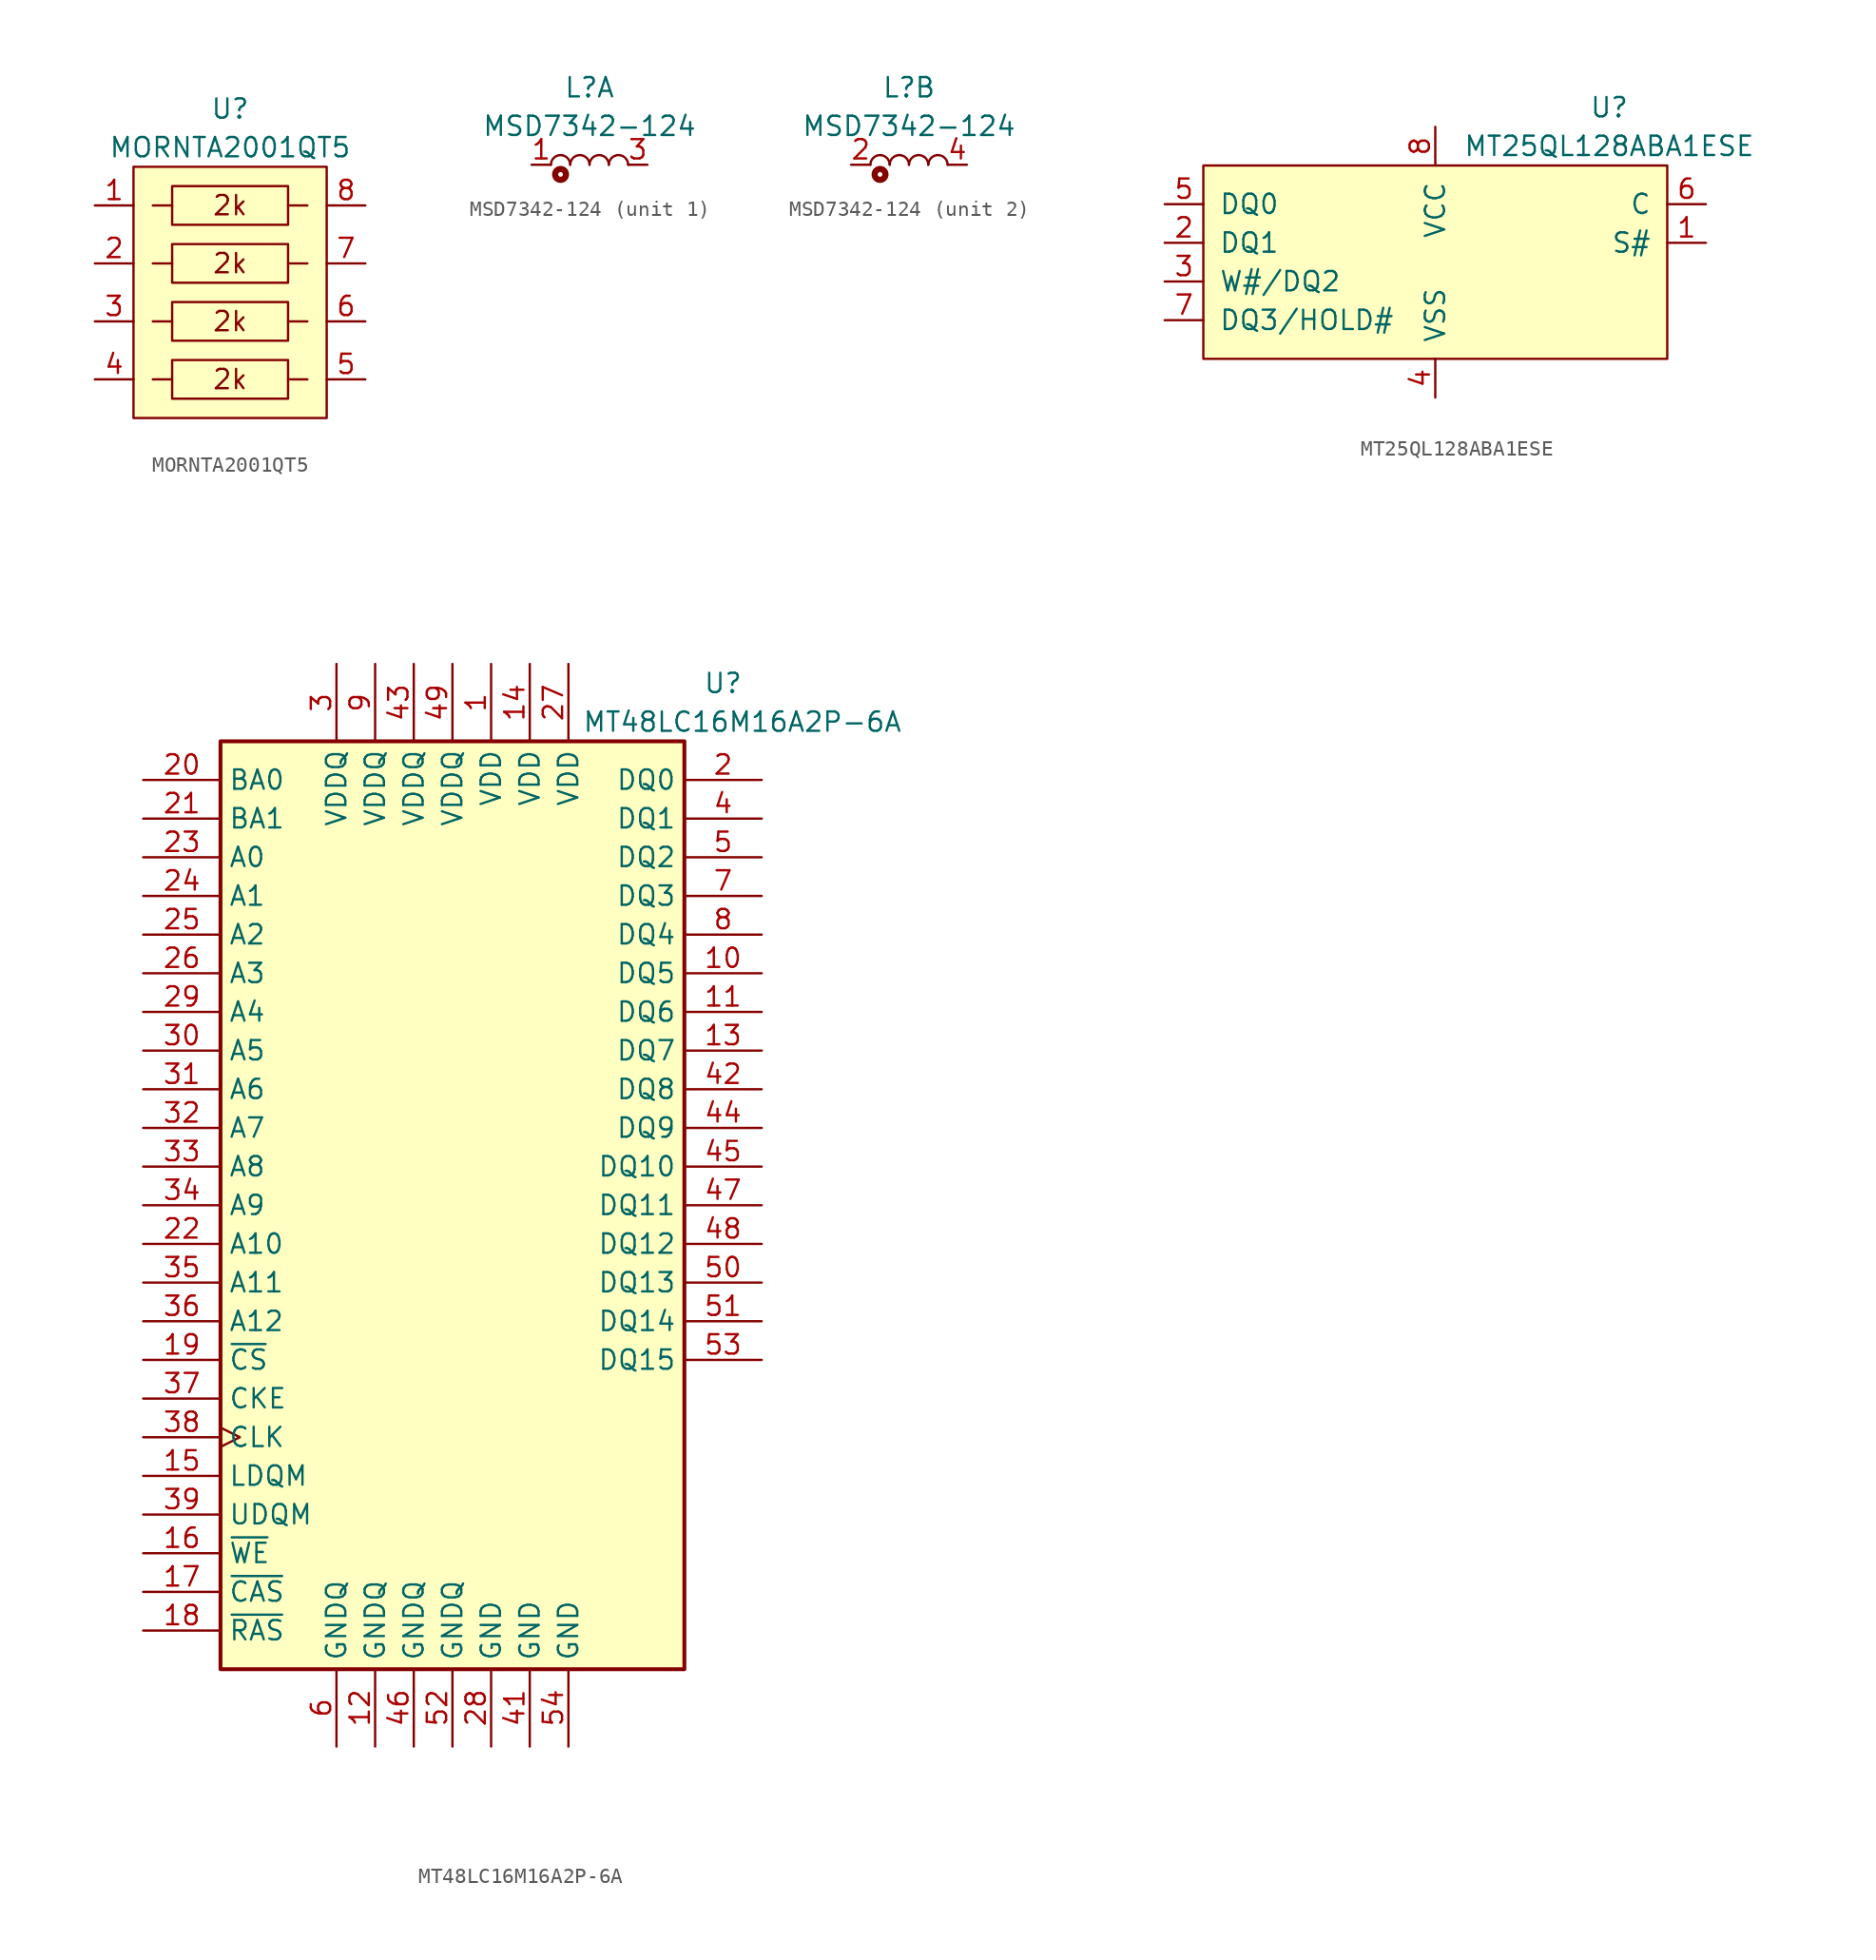
<source format=kicad_sym>
(kicad_symbol_lib
  (version 20211014)
  (generator kicad_symbol_editor)
  (symbol "MORNTA2001QT5"
    (pin_names
      (offset 1.016))
    (property "Reference" "U"
      (at 0 11.43 0)
      (effects (font (size 1.27 1.27))))
    (property "Value" "MORNTA2001QT5"
      (at 0 8.89 0)
      (effects (font (size 1.27 1.27))))
    (symbol "MORNTA2001QT5_0_0"
      (polyline (pts (xy -3.81 -6.35) (xy -5.08 -6.35)) (stroke (width 0) (type default) (color 0 0 0 0)) (fill (type none)))
      (polyline (pts (xy -3.81 -2.54) (xy -5.08 -2.54)) (stroke (width 0) (type default) (color 0 0 0 0)) (fill (type none)))
      (polyline (pts (xy -3.81 1.27) (xy -5.08 1.27)) (stroke (width 0) (type default) (color 0 0 0 0)) (fill (type none)))
      (polyline (pts (xy -3.81 5.08) (xy -5.08 5.08)) (stroke (width 0) (type default) (color 0 0 0 0)) (fill (type none)))
      (polyline (pts (xy 3.81 -6.35) (xy 5.08 -6.35)) (stroke (width 0) (type default) (color 0 0 0 0)) (fill (type none)))
      (polyline (pts (xy 3.81 -2.54) (xy 5.08 -2.54)) (stroke (width 0) (type default) (color 0 0 0 0)) (fill (type none)))
      (polyline (pts (xy 3.81 1.27) (xy 5.08 1.27)) (stroke (width 0) (type default) (color 0 0 0 0)) (fill (type none)))
      (polyline (pts (xy 3.81 5.08) (xy 5.08 5.08)) (stroke (width 0) (type default) (color 0 0 0 0)) (fill (type none)))
      (text "2k" (at 0 -6.35 0) (effects (font (size 1.27 1.27)))))
    (symbol "MORNTA2001QT5_0_1"
      (rectangle (start -6.35 7.62) (end 6.35 -8.89) (stroke (width 0) (type default) (color 0 0 0 0)) (fill (type background)))
      (rectangle (start -3.81 -5.08) (end 3.81 -7.62) (stroke (width 0) (type default) (color 0 0 0 0)) (fill (type none))))
    (symbol "MORNTA2001QT5_1_1"
      (rectangle (start -3.81 -1.27) (end 3.81 -3.81) (stroke (width 0) (type default) (color 0 0 0 0)) (fill (type none)))
      (rectangle (start -3.81 2.54) (end 3.81 0) (stroke (width 0) (type default) (color 0 0 0 0)) (fill (type none)))
      (rectangle (start -3.81 6.35) (end 3.81 3.81) (stroke (width 0) (type default) (color 0 0 0 0)) (fill (type none)))
      (text "2k" (at 0 -2.54 0) (effects (font (size 1.27 1.27))))
      (text "2k" (at 0 1.27 0) (effects (font (size 1.27 1.27))))
      (text "2k" (at 0 5.08 0) (effects (font (size 1.27 1.27))))
      (pin passive line (at -8.89 5.08 0) (length 2.54) (name "~" (effects (font (size 1.27 1.27)))) (number "1" (effects (font (size 1.27 1.27)))))
      (pin passive line (at -8.89 1.27 0) (length 2.54) (name "~" (effects (font (size 1.27 1.27)))) (number "2" (effects (font (size 1.27 1.27)))))
      (pin passive line (at -8.89 -2.54 0) (length 2.54) (name "~" (effects (font (size 1.27 1.27)))) (number "3" (effects (font (size 1.27 1.27)))))
      (pin passive line (at -8.89 -6.35 0) (length 2.54) (name "~" (effects (font (size 1.27 1.27)))) (number "4" (effects (font (size 1.27 1.27)))))
      (pin passive line (at 8.89 -6.35 180) (length 2.54) (name "~" (effects (font (size 1.27 1.27)))) (number "5" (effects (font (size 1.27 1.27)))))
      (pin passive line (at 8.89 -2.54 180) (length 2.54) (name "~" (effects (font (size 1.27 1.27)))) (number "6" (effects (font (size 1.27 1.27)))))
      (pin passive line (at 8.89 1.27 180) (length 2.54) (name "~" (effects (font (size 1.27 1.27)))) (number "7" (effects (font (size 1.27 1.27)))))
      (pin passive line (at 8.89 5.08 180) (length 2.54) (name "~" (effects (font (size 1.27 1.27)))) (number "8" (effects (font (size 1.27 1.27)))))))
  (symbol "MSD7342-124"
    (pin_names
      (offset 1.016))
    (property "Reference" "L"
      (at 0 5.08 0)
      (effects (font (size 1.27 1.27))))
    (property "Value" "MSD7342-124"
      (at 0 2.54 0)
      (effects (font (size 1.27 1.27))))
    (symbol "MSD7342-124_0_1"
      (circle (center -1.905 -0.635) (radius 0.356) (stroke (width 0.406) (type default) (color 0 0 0 0)) (fill (type none))))
    (symbol "MSD7342-124_1_1"
      (arc (start -1.27 0) (mid -1.905 0.635) (end -2.54 0) (stroke (width 0) (type default) (color 0 0 0 0)) (fill (type none)))
      (arc (start 0 0) (mid -0.635 0.635) (end -1.27 0) (stroke (width 0) (type default) (color 0 0 0 0)) (fill (type none)))
      (arc (start 1.27 0) (mid 0.635 0.635) (end 0 0) (stroke (width 0) (type default) (color 0 0 0 0)) (fill (type none)))
      (arc (start 2.54 0) (mid 1.905 0.635) (end 1.27 0) (stroke (width 0) (type default) (color 0 0 0 0)) (fill (type none)))
      (pin passive line (at -3.81 0 0) (length 1.27) (name "~" (effects (font (size 1.27 1.27)))) (number "1" (effects (font (size 1.27 1.27)))))
      (pin passive line (at 3.81 0 180) (length 1.27) (name "~" (effects (font (size 1.27 1.27)))) (number "3" (effects (font (size 1.27 1.27))))))
    (symbol "MSD7342-124_2_1"
      (arc (start -1.27 0) (mid -1.905 0.635) (end -2.54 0) (stroke (width 0) (type default) (color 0 0 0 0)) (fill (type none)))
      (arc (start 0 0) (mid -0.635 0.635) (end -1.27 0) (stroke (width 0) (type default) (color 0 0 0 0)) (fill (type none)))
      (arc (start 1.27 0) (mid 0.635 0.635) (end 0 0) (stroke (width 0) (type default) (color 0 0 0 0)) (fill (type none)))
      (arc (start 2.54 0) (mid 1.905 0.635) (end 1.27 0) (stroke (width 0) (type default) (color 0 0 0 0)) (fill (type none)))
      (pin passive line (at -3.81 0 0) (length 1.27) (name "~" (effects (font (size 1.27 1.27)))) (number "2" (effects (font (size 1.27 1.27)))))
      (pin passive line (at 3.81 0 180) (length 1.27) (name "~" (effects (font (size 1.27 1.27)))) (number "4" (effects (font (size 1.27 1.27)))))))
  (symbol "MT25QL128ABA1ESE"
    (pin_names
      (offset 1.016))
    (property "Reference" "U"
      (at 11.43 10.16 0)
      (effects (font (size 1.27 1.27))))
    (property "Value" "MT25QL128ABA1ESE"
      (at 11.43 7.62 0)
      (effects (font (size 1.27 1.27))))
    (symbol "MT25QL128ABA1ESE_0_1"
      (rectangle (start -15.24 6.35) (end 15.24 -6.35) (stroke (width 0) (type default) (color 0 0 0 0)) (fill (type background))))
    (symbol "MT25QL128ABA1ESE_1_1"
      (pin bidirectional line (at 17.78 1.27 180) (length 2.54) (name "S#" (effects (font (size 1.27 1.27)))) (number "1" (effects (font (size 1.27 1.27)))))
      (pin bidirectional line (at -17.78 1.27 0) (length 2.54) (name "DQ1" (effects (font (size 1.27 1.27)))) (number "2" (effects (font (size 1.27 1.27)))))
      (pin bidirectional line (at -17.78 -1.27 0) (length 2.54) (name "W#/DQ2" (effects (font (size 1.27 1.27)))) (number "3" (effects (font (size 1.27 1.27)))))
      (pin passive line (at 0 -8.89 90) (length 2.54) (name "VSS" (effects (font (size 1.27 1.27)))) (number "4" (effects (font (size 1.27 1.27)))))
      (pin bidirectional line (at -17.78 3.81 0) (length 2.54) (name "DQ0" (effects (font (size 1.27 1.27)))) (number "5" (effects (font (size 1.27 1.27)))))
      (pin bidirectional line (at 17.78 3.81 180) (length 2.54) (name "C" (effects (font (size 1.27 1.27)))) (number "6" (effects (font (size 1.27 1.27)))))
      (pin bidirectional line (at -17.78 -3.81 0) (length 2.54) (name "DQ3/HOLD#" (effects (font (size 1.27 1.27)))) (number "7" (effects (font (size 1.27 1.27)))))
      (pin passive line (at 0 8.89 270) (length 2.54) (name "VCC" (effects (font (size 1.27 1.27)))) (number "8" (effects (font (size 1.27 1.27)))))))
  (symbol "MT48LC16M16A2P-6A"
    (property "Reference" "U"
      (at 17.78 34.29 0)
      (effects (font (size 1.27 1.27))))
    (property "Value" "MT48LC16M16A2P-6A"
      (at 19.05 31.75 0)
      (effects (font (size 1.27 1.27))))
    (symbol "MT48LC16M16A2P-6A_1_1"
      (rectangle (start -15.24 30.48) (end 15.24 -30.48) (stroke (width 0.254) (type default) (color 0 0 0 0)) (fill (type background)))
      (pin power_in line (at 2.54 35.56 270) (length 5.08) (name "VDD" (effects (font (size 1.27 1.27)))) (number "1" (effects (font (size 1.27 1.27)))))
      (pin bidirectional line (at 20.32 15.24 180) (length 5.08) (name "DQ5" (effects (font (size 1.27 1.27)))) (number "10" (effects (font (size 1.27 1.27)))))
      (pin bidirectional line (at 20.32 12.7 180) (length 5.08) (name "DQ6" (effects (font (size 1.27 1.27)))) (number "11" (effects (font (size 1.27 1.27)))))
      (pin power_in line (at -5.08 -35.56 90) (length 5.08) (name "GNDQ" (effects (font (size 1.27 1.27)))) (number "12" (effects (font (size 1.27 1.27)))))
      (pin bidirectional line (at 20.32 10.16 180) (length 5.08) (name "DQ7" (effects (font (size 1.27 1.27)))) (number "13" (effects (font (size 1.27 1.27)))))
      (pin power_in line (at 5.08 35.56 270) (length 5.08) (name "VDD" (effects (font (size 1.27 1.27)))) (number "14" (effects (font (size 1.27 1.27)))))
      (pin input line (at -20.32 -17.78 0) (length 5.08) (name "LDQM" (effects (font (size 1.27 1.27)))) (number "15" (effects (font (size 1.27 1.27)))))
      (pin input line (at -20.32 -22.86 0) (length 5.08) (name "~{WE}" (effects (font (size 1.27 1.27)))) (number "16" (effects (font (size 1.27 1.27)))))
      (pin input line (at -20.32 -25.4 0) (length 5.08) (name "~{CAS}" (effects (font (size 1.27 1.27)))) (number "17" (effects (font (size 1.27 1.27)))))
      (pin input line (at -20.32 -27.94 0) (length 5.08) (name "~{RAS}" (effects (font (size 1.27 1.27)))) (number "18" (effects (font (size 1.27 1.27)))))
      (pin input line (at -20.32 -10.16 0) (length 5.08) (name "~{CS}" (effects (font (size 1.27 1.27)))) (number "19" (effects (font (size 1.27 1.27)))))
      (pin bidirectional line (at 20.32 27.94 180) (length 5.08) (name "DQ0" (effects (font (size 1.27 1.27)))) (number "2" (effects (font (size 1.27 1.27)))))
      (pin input line (at -20.32 27.94 0) (length 5.08) (name "BA0" (effects (font (size 1.27 1.27)))) (number "20" (effects (font (size 1.27 1.27)))))
      (pin input line (at -20.32 25.4 0) (length 5.08) (name "BA1" (effects (font (size 1.27 1.27)))) (number "21" (effects (font (size 1.27 1.27)))))
      (pin input line (at -20.32 -2.54 0) (length 5.08) (name "A10" (effects (font (size 1.27 1.27)))) (number "22" (effects (font (size 1.27 1.27)))))
      (pin input line (at -20.32 22.86 0) (length 5.08) (name "A0" (effects (font (size 1.27 1.27)))) (number "23" (effects (font (size 1.27 1.27)))))
      (pin input line (at -20.32 20.32 0) (length 5.08) (name "A1" (effects (font (size 1.27 1.27)))) (number "24" (effects (font (size 1.27 1.27)))))
      (pin input line (at -20.32 17.78 0) (length 5.08) (name "A2" (effects (font (size 1.27 1.27)))) (number "25" (effects (font (size 1.27 1.27)))))
      (pin input line (at -20.32 15.24 0) (length 5.08) (name "A3" (effects (font (size 1.27 1.27)))) (number "26" (effects (font (size 1.27 1.27)))))
      (pin power_in line (at 7.62 35.56 270) (length 5.08) (name "VDD" (effects (font (size 1.27 1.27)))) (number "27" (effects (font (size 1.27 1.27)))))
      (pin power_in line (at 2.54 -35.56 90) (length 5.08) (name "GND" (effects (font (size 1.27 1.27)))) (number "28" (effects (font (size 1.27 1.27)))))
      (pin input line (at -20.32 12.7 0) (length 5.08) (name "A4" (effects (font (size 1.27 1.27)))) (number "29" (effects (font (size 1.27 1.27)))))
      (pin power_in line (at -7.62 35.56 270) (length 5.08) (name "VDDQ" (effects (font (size 1.27 1.27)))) (number "3" (effects (font (size 1.27 1.27)))))
      (pin input line (at -20.32 10.16 0) (length 5.08) (name "A5" (effects (font (size 1.27 1.27)))) (number "30" (effects (font (size 1.27 1.27)))))
      (pin input line (at -20.32 7.62 0) (length 5.08) (name "A6" (effects (font (size 1.27 1.27)))) (number "31" (effects (font (size 1.27 1.27)))))
      (pin input line (at -20.32 5.08 0) (length 5.08) (name "A7" (effects (font (size 1.27 1.27)))) (number "32" (effects (font (size 1.27 1.27)))))
      (pin input line (at -20.32 2.54 0) (length 5.08) (name "A8" (effects (font (size 1.27 1.27)))) (number "33" (effects (font (size 1.27 1.27)))))
      (pin input line (at -20.32 0 0) (length 5.08) (name "A9" (effects (font (size 1.27 1.27)))) (number "34" (effects (font (size 1.27 1.27)))))
      (pin input line (at -20.32 -5.08 0) (length 5.08) (name "A11" (effects (font (size 1.27 1.27)))) (number "35" (effects (font (size 1.27 1.27)))))
      (pin input line (at -20.32 -7.62 0) (length 5.08) (name "A12" (effects (font (size 1.27 1.27)))) (number "36" (effects (font (size 1.27 1.27)))))
      (pin input line (at -20.32 -12.7 0) (length 5.08) (name "CKE" (effects (font (size 1.27 1.27)))) (number "37" (effects (font (size 1.27 1.27)))))
      (pin input clock (at -20.32 -15.24 0) (length 5.08) (name "CLK" (effects (font (size 1.27 1.27)))) (number "38" (effects (font (size 1.27 1.27)))))
      (pin input line (at -20.32 -20.32 0) (length 5.08) (name "UDQM" (effects (font (size 1.27 1.27)))) (number "39" (effects (font (size 1.27 1.27)))))
      (pin bidirectional line (at 20.32 25.4 180) (length 5.08) (name "DQ1" (effects (font (size 1.27 1.27)))) (number "4" (effects (font (size 1.27 1.27)))))
      (pin no_connect line (at 15.24 -20.32 180) (length 5.08) hide (name "NC" (effects (font (size 1.27 1.27)))) (number "40" (effects (font (size 1.27 1.27)))))
      (pin power_in line (at 5.08 -35.56 90) (length 5.08) (name "GND" (effects (font (size 1.27 1.27)))) (number "41" (effects (font (size 1.27 1.27)))))
      (pin bidirectional line (at 20.32 7.62 180) (length 5.08) (name "DQ8" (effects (font (size 1.27 1.27)))) (number "42" (effects (font (size 1.27 1.27)))))
      (pin power_in line (at -2.54 35.56 270) (length 5.08) (name "VDDQ" (effects (font (size 1.27 1.27)))) (number "43" (effects (font (size 1.27 1.27)))))
      (pin bidirectional line (at 20.32 5.08 180) (length 5.08) (name "DQ9" (effects (font (size 1.27 1.27)))) (number "44" (effects (font (size 1.27 1.27)))))
      (pin bidirectional line (at 20.32 2.54 180) (length 5.08) (name "DQ10" (effects (font (size 1.27 1.27)))) (number "45" (effects (font (size 1.27 1.27)))))
      (pin power_in line (at -2.54 -35.56 90) (length 5.08) (name "GNDQ" (effects (font (size 1.27 1.27)))) (number "46" (effects (font (size 1.27 1.27)))))
      (pin bidirectional line (at 20.32 0 180) (length 5.08) (name "DQ11" (effects (font (size 1.27 1.27)))) (number "47" (effects (font (size 1.27 1.27)))))
      (pin bidirectional line (at 20.32 -2.54 180) (length 5.08) (name "DQ12" (effects (font (size 1.27 1.27)))) (number "48" (effects (font (size 1.27 1.27)))))
      (pin power_in line (at 0 35.56 270) (length 5.08) (name "VDDQ" (effects (font (size 1.27 1.27)))) (number "49" (effects (font (size 1.27 1.27)))))
      (pin bidirectional line (at 20.32 22.86 180) (length 5.08) (name "DQ2" (effects (font (size 1.27 1.27)))) (number "5" (effects (font (size 1.27 1.27)))))
      (pin bidirectional line (at 20.32 -5.08 180) (length 5.08) (name "DQ13" (effects (font (size 1.27 1.27)))) (number "50" (effects (font (size 1.27 1.27)))))
      (pin bidirectional line (at 20.32 -7.62 180) (length 5.08) (name "DQ14" (effects (font (size 1.27 1.27)))) (number "51" (effects (font (size 1.27 1.27)))))
      (pin power_in line (at 0 -35.56 90) (length 5.08) (name "GNDQ" (effects (font (size 1.27 1.27)))) (number "52" (effects (font (size 1.27 1.27)))))
      (pin bidirectional line (at 20.32 -10.16 180) (length 5.08) (name "DQ15" (effects (font (size 1.27 1.27)))) (number "53" (effects (font (size 1.27 1.27)))))
      (pin power_in line (at 7.62 -35.56 90) (length 5.08) (name "GND" (effects (font (size 1.27 1.27)))) (number "54" (effects (font (size 1.27 1.27)))))
      (pin power_in line (at -7.62 -35.56 90) (length 5.08) (name "GNDQ" (effects (font (size 1.27 1.27)))) (number "6" (effects (font (size 1.27 1.27)))))
      (pin bidirectional line (at 20.32 20.32 180) (length 5.08) (name "DQ3" (effects (font (size 1.27 1.27)))) (number "7" (effects (font (size 1.27 1.27)))))
      (pin bidirectional line (at 20.32 17.78 180) (length 5.08) (name "DQ4" (effects (font (size 1.27 1.27)))) (number "8" (effects (font (size 1.27 1.27)))))
      (pin power_in line (at -5.08 35.56 270) (length 5.08) (name "VDDQ" (effects (font (size 1.27 1.27)))) (number "9" (effects (font (size 1.27 1.27))))))))
</source>
